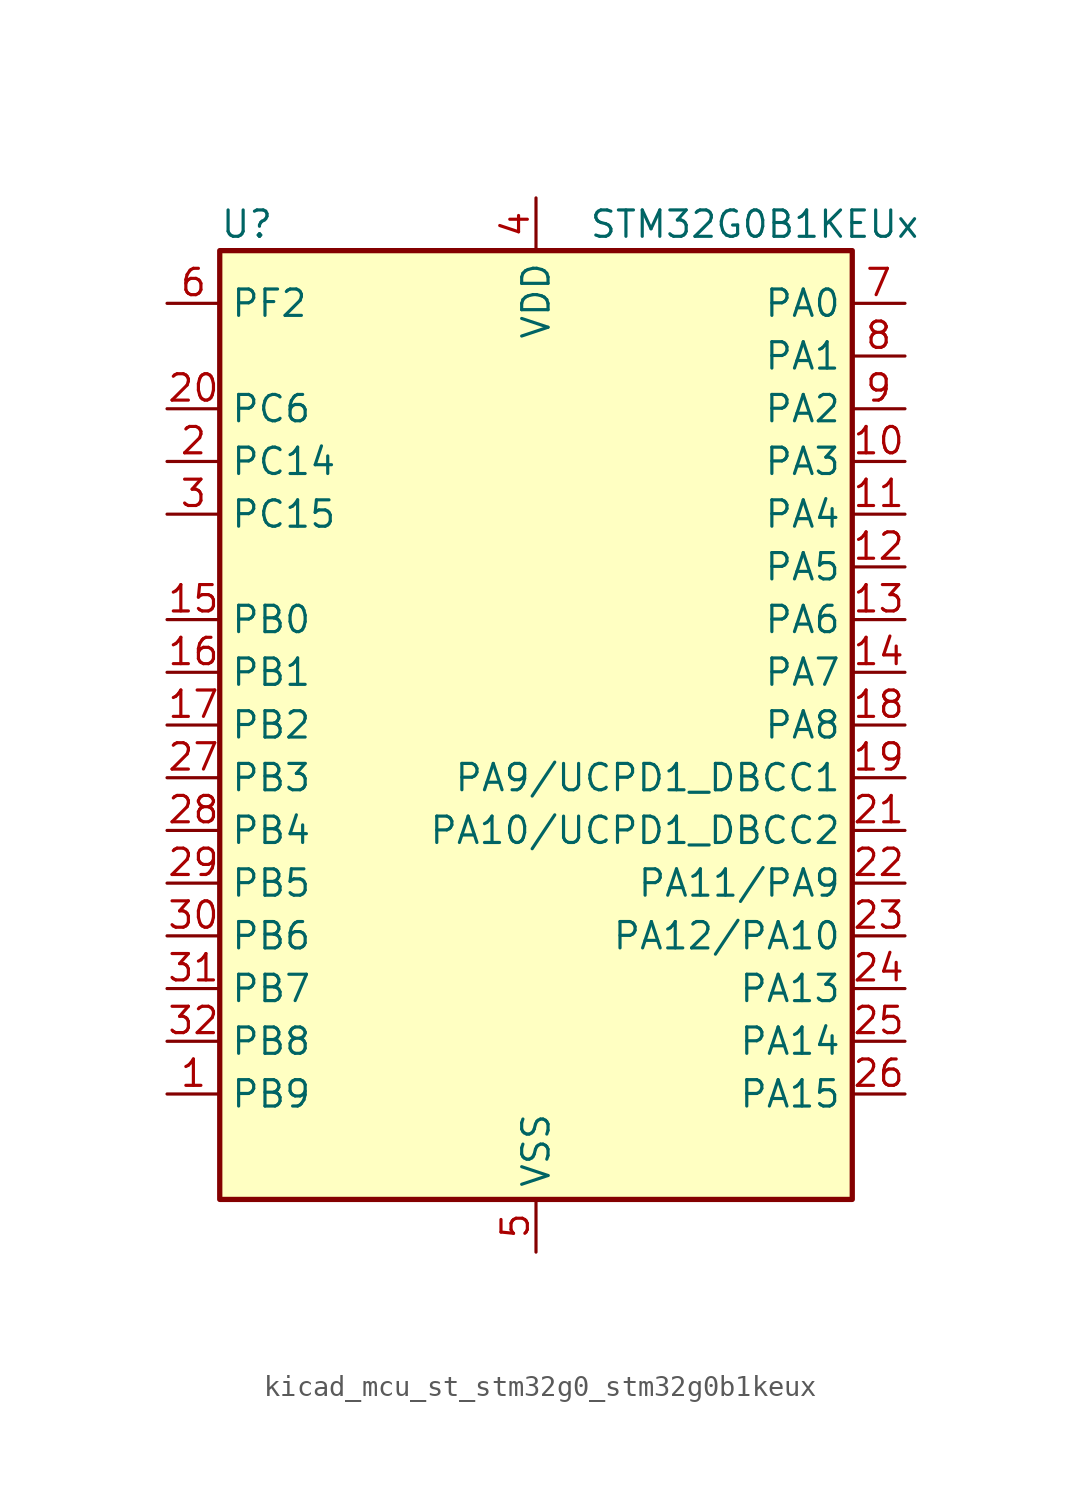
<source format=kicad_sym>
(kicad_symbol_lib
  (version 20220914)
  (generator kicad_symbol_editor)
  (symbol "kicad_mcu_st_stm32g0_stm32g0b1keux"
    (property "Reference" "U"
      (at -15.24 24.13 0)
      (effects (font (size 1.27 1.27)) (justify left)))
    (property "Value" "STM32G0B1KEUx"
      (at 2.54 24.13 0)
      (effects (font (size 1.27 1.27)) (justify left)))
    (property "ki_locked" ""
      (at 0 0 0)
      (effects (font (size 1.27 1.27))))
    (symbol "kicad_mcu_st_stm32g0_stm32g0b1keux_0_1"
      (rectangle (start -15.24 -22.86) (end 15.24 22.86) (stroke (width 0.254) (type default)) (fill (type background))))
    (symbol "kicad_mcu_st_stm32g0_stm32g0b1keux_1_1"
      (pin bidirectional line (at -17.78 -17.78 0) (length 2.54) (name "PB9" (effects (font (size 1.27 1.27)))) (number "1" (effects (font (size 1.27 1.27)))) (alternate "DAC1_EXTI9" bidirectional line) (alternate "FDCAN1_TX" bidirectional line) (alternate "I2C1_SDA" bidirectional line) (alternate "I2S2_WS" bidirectional line) (alternate "IR_OUT" bidirectional line) (alternate "SPI2_NSS" bidirectional line) (alternate "TIM17_CH1" bidirectional line) (alternate "TIM4_CH4" bidirectional line) (alternate "USART3_RX" bidirectional line) (alternate "USART6_RX" bidirectional line))
      (pin bidirectional line (at 17.78 12.7 180) (length 2.54) (name "PA3" (effects (font (size 1.27 1.27)))) (number "10" (effects (font (size 1.27 1.27)))) (alternate "ADC1_IN3" bidirectional line) (alternate "COMP2_INP" bidirectional line) (alternate "I2S2_MCK" bidirectional line) (alternate "LPUART1_RX" bidirectional line) (alternate "SPI2_MISO" bidirectional line) (alternate "TIM15_CH2" bidirectional line) (alternate "TIM2_CH4" bidirectional line) (alternate "USART2_RX" bidirectional line))
      (pin bidirectional line (at 17.78 10.16 180) (length 2.54) (name "PA4" (effects (font (size 1.27 1.27)))) (number "11" (effects (font (size 1.27 1.27)))) (alternate "ADC1_IN4" bidirectional line) (alternate "DAC1_OUT1" bidirectional line) (alternate "I2S1_WS" bidirectional line) (alternate "I2S2_SD" bidirectional line) (alternate "LPTIM2_OUT" bidirectional line) (alternate "RTC_OUT1" bidirectional line) (alternate "RTC_TAMP_IN1" bidirectional line) (alternate "RTC_TS" bidirectional line) (alternate "SPI1_NSS" bidirectional line) (alternate "SPI2_MOSI" bidirectional line) (alternate "SPI3_NSS" bidirectional line) (alternate "SYS_WKUP2" bidirectional line) (alternate "TIM14_CH1" bidirectional line) (alternate "USART6_TX" bidirectional line) (alternate "USB_NOE" bidirectional line))
      (pin bidirectional line (at 17.78 7.62 180) (length 2.54) (name "PA5" (effects (font (size 1.27 1.27)))) (number "12" (effects (font (size 1.27 1.27)))) (alternate "ADC1_IN5" bidirectional line) (alternate "CEC" bidirectional line) (alternate "DAC1_OUT2" bidirectional line) (alternate "I2S1_CK" bidirectional line) (alternate "LPTIM2_ETR" bidirectional line) (alternate "SPI1_SCK" bidirectional line) (alternate "TIM2_CH1" bidirectional line) (alternate "TIM2_ETR" bidirectional line) (alternate "UCPD1_FRSTX1" bidirectional line) (alternate "UCPD1_FRSTX2" bidirectional line) (alternate "USART3_TX" bidirectional line) (alternate "USART6_RX" bidirectional line))
      (pin bidirectional line (at 17.78 5.08 180) (length 2.54) (name "PA6" (effects (font (size 1.27 1.27)))) (number "13" (effects (font (size 1.27 1.27)))) (alternate "ADC1_IN6" bidirectional line) (alternate "COMP1_OUT" bidirectional line) (alternate "I2C2_SDA" bidirectional line) (alternate "I2C3_SDA" bidirectional line) (alternate "I2S1_MCK" bidirectional line) (alternate "LPUART1_CTS" bidirectional line) (alternate "SPI1_MISO" bidirectional line) (alternate "TIM16_CH1" bidirectional line) (alternate "TIM1_BK" bidirectional line) (alternate "TIM3_CH1" bidirectional line) (alternate "USART3_CTS" bidirectional line) (alternate "USART3_NSS" bidirectional line) (alternate "USART6_CTS" bidirectional line) (alternate "USART6_NSS" bidirectional line))
      (pin bidirectional line (at 17.78 2.54 180) (length 2.54) (name "PA7" (effects (font (size 1.27 1.27)))) (number "14" (effects (font (size 1.27 1.27)))) (alternate "ADC1_IN7" bidirectional line) (alternate "COMP2_OUT" bidirectional line) (alternate "I2C2_SCL" bidirectional line) (alternate "I2C3_SCL" bidirectional line) (alternate "I2S1_SD" bidirectional line) (alternate "SPI1_MOSI" bidirectional line) (alternate "TIM14_CH1" bidirectional line) (alternate "TIM17_CH1" bidirectional line) (alternate "TIM1_CH1N" bidirectional line) (alternate "TIM3_CH2" bidirectional line) (alternate "UCPD1_FRSTX1" bidirectional line) (alternate "UCPD1_FRSTX2" bidirectional line) (alternate "USART6_CK" bidirectional line) (alternate "USART6_DE" bidirectional line) (alternate "USART6_RTS" bidirectional line))
      (pin bidirectional line (at -17.78 5.08 0) (length 2.54) (name "PB0" (effects (font (size 1.27 1.27)))) (number "15" (effects (font (size 1.27 1.27)))) (alternate "ADC1_IN8" bidirectional line) (alternate "COMP1_OUT" bidirectional line) (alternate "COMP3_INP" bidirectional line) (alternate "FDCAN2_RX" bidirectional line) (alternate "I2S1_WS" bidirectional line) (alternate "LPTIM1_OUT" bidirectional line) (alternate "LPUART2_CTS" bidirectional line) (alternate "SPI1_NSS" bidirectional line) (alternate "TIM1_CH2N" bidirectional line) (alternate "TIM3_CH3" bidirectional line) (alternate "UCPD1_FRSTX1" bidirectional line) (alternate "UCPD1_FRSTX2" bidirectional line) (alternate "USART3_RX" bidirectional line) (alternate "USART5_TX" bidirectional line))
      (pin bidirectional line (at -17.78 2.54 0) (length 2.54) (name "PB1" (effects (font (size 1.27 1.27)))) (number "16" (effects (font (size 1.27 1.27)))) (alternate "ADC1_IN9" bidirectional line) (alternate "COMP1_INM" bidirectional line) (alternate "COMP3_OUT" bidirectional line) (alternate "FDCAN2_TX" bidirectional line) (alternate "LPTIM2_IN1" bidirectional line) (alternate "LPUART1_DE" bidirectional line) (alternate "LPUART1_RTS" bidirectional line) (alternate "LPUART2_DE" bidirectional line) (alternate "LPUART2_RTS" bidirectional line) (alternate "TIM14_CH1" bidirectional line) (alternate "TIM1_CH3N" bidirectional line) (alternate "TIM3_CH4" bidirectional line) (alternate "USART3_CK" bidirectional line) (alternate "USART3_DE" bidirectional line) (alternate "USART3_RTS" bidirectional line) (alternate "USART5_RX" bidirectional line))
      (pin bidirectional line (at -17.78 0 0) (length 2.54) (name "PB2" (effects (font (size 1.27 1.27)))) (number "17" (effects (font (size 1.27 1.27)))) (alternate "ADC1_IN10" bidirectional line) (alternate "COMP1_INP" bidirectional line) (alternate "COMP3_INM" bidirectional line) (alternate "I2S2_MCK" bidirectional line) (alternate "LPTIM1_OUT" bidirectional line) (alternate "RCC_MCO_2" bidirectional line) (alternate "SPI2_MISO" bidirectional line) (alternate "USART3_TX" bidirectional line))
      (pin bidirectional line (at 17.78 0 180) (length 2.54) (name "PA8" (effects (font (size 1.27 1.27)))) (number "18" (effects (font (size 1.27 1.27)))) (alternate "CRS1_SYNC" bidirectional line) (alternate "I2C2_SMBA" bidirectional line) (alternate "I2S2_WS" bidirectional line) (alternate "LPTIM2_OUT" bidirectional line) (alternate "RCC_MCO" bidirectional line) (alternate "SPI2_NSS" bidirectional line) (alternate "TIM1_CH1" bidirectional line) (alternate "UCPD1_CC1" bidirectional line))
      (pin bidirectional line (at 17.78 -2.54 180) (length 2.54) (name "PA9/UCPD1_DBCC1" (effects (font (size 1.27 1.27)))) (number "19" (effects (font (size 1.27 1.27)))) (alternate "DAC1_EXTI9" bidirectional line) (alternate "I2C1_SCL" bidirectional line) (alternate "I2C2_SCL" bidirectional line) (alternate "I2S2_MCK" bidirectional line) (alternate "RCC_MCO" bidirectional line) (alternate "SPI2_MISO" bidirectional line) (alternate "TIM15_BK" bidirectional line) (alternate "TIM1_CH2" bidirectional line) (alternate "UCPD1_DBCC1" bidirectional line) (alternate "USART1_TX" bidirectional line))
      (pin bidirectional line (at -17.78 12.7 0) (length 2.54) (name "PC14" (effects (font (size 1.27 1.27)))) (number "2" (effects (font (size 1.27 1.27)))) (alternate "RCC_OSC32_IN" bidirectional line) (alternate "RCC_OSC_IN" bidirectional line) (alternate "TIM1_BK2" bidirectional line))
      (pin bidirectional line (at -17.78 15.24 0) (length 2.54) (name "PC6" (effects (font (size 1.27 1.27)))) (number "20" (effects (font (size 1.27 1.27)))) (alternate "LPUART2_TX" bidirectional line) (alternate "TIM2_CH3" bidirectional line) (alternate "TIM3_CH1" bidirectional line) (alternate "UCPD1_FRSTX1" bidirectional line) (alternate "UCPD1_FRSTX2" bidirectional line))
      (pin bidirectional line (at 17.78 -5.08 180) (length 2.54) (name "PA10/UCPD1_DBCC2" (effects (font (size 1.27 1.27)))) (number "21" (effects (font (size 1.27 1.27)))) (alternate "I2C1_SDA" bidirectional line) (alternate "I2C2_SDA" bidirectional line) (alternate "I2S2_SD" bidirectional line) (alternate "RCC_MCO_2" bidirectional line) (alternate "SPI2_MOSI" bidirectional line) (alternate "TIM17_BK" bidirectional line) (alternate "TIM1_CH3" bidirectional line) (alternate "UCPD1_DBCC2" bidirectional line) (alternate "USART1_RX" bidirectional line))
      (pin bidirectional line (at 17.78 -7.62 180) (length 2.54) (name "PA11/PA9" (effects (font (size 1.27 1.27)))) (number "22" (effects (font (size 1.27 1.27)))) (alternate "ADC1_EXTI11" bidirectional line) (alternate "COMP1_OUT" bidirectional line) (alternate "FDCAN1_RX" bidirectional line) (alternate "I2C2_SCL" bidirectional line) (alternate "I2S1_MCK" bidirectional line) (alternate "SPI1_MISO" bidirectional line) (alternate "TIM1_BK2" bidirectional line) (alternate "TIM1_CH4" bidirectional line) (alternate "USART1_CTS" bidirectional line) (alternate "USART1_NSS" bidirectional line) (alternate "USB_DM" bidirectional line))
      (pin bidirectional line (at 17.78 -10.16 180) (length 2.54) (name "PA12/PA10" (effects (font (size 1.27 1.27)))) (number "23" (effects (font (size 1.27 1.27)))) (alternate "COMP2_OUT" bidirectional line) (alternate "FDCAN1_TX" bidirectional line) (alternate "I2C2_SDA" bidirectional line) (alternate "I2S1_SD" bidirectional line) (alternate "I2S_CKIN" bidirectional line) (alternate "SPI1_MOSI" bidirectional line) (alternate "TIM1_ETR" bidirectional line) (alternate "USART1_CK" bidirectional line) (alternate "USART1_DE" bidirectional line) (alternate "USART1_RTS" bidirectional line) (alternate "USB_DP" bidirectional line))
      (pin bidirectional line (at 17.78 -12.7 180) (length 2.54) (name "PA13" (effects (font (size 1.27 1.27)))) (number "24" (effects (font (size 1.27 1.27)))) (alternate "IR_OUT" bidirectional line) (alternate "LPUART2_RX" bidirectional line) (alternate "SYS_SWDIO" bidirectional line) (alternate "USB_NOE" bidirectional line))
      (pin bidirectional line (at 17.78 -15.24 180) (length 2.54) (name "PA14" (effects (font (size 1.27 1.27)))) (number "25" (effects (font (size 1.27 1.27)))) (alternate "LPUART2_TX" bidirectional line) (alternate "SYS_SWCLK" bidirectional line) (alternate "USART2_TX" bidirectional line))
      (pin bidirectional line (at 17.78 -17.78 180) (length 2.54) (name "PA15" (effects (font (size 1.27 1.27)))) (number "26" (effects (font (size 1.27 1.27)))) (alternate "I2C2_SMBA" bidirectional line) (alternate "I2S1_WS" bidirectional line) (alternate "RCC_MCO_2" bidirectional line) (alternate "SPI1_NSS" bidirectional line) (alternate "SPI3_NSS" bidirectional line) (alternate "TIM2_CH1" bidirectional line) (alternate "TIM2_ETR" bidirectional line) (alternate "USART2_RX" bidirectional line) (alternate "USART3_CK" bidirectional line) (alternate "USART3_DE" bidirectional line) (alternate "USART3_RTS" bidirectional line) (alternate "USART4_CK" bidirectional line) (alternate "USART4_DE" bidirectional line) (alternate "USART4_RTS" bidirectional line) (alternate "USB_NOE" bidirectional line))
      (pin bidirectional line (at -17.78 -2.54 0) (length 2.54) (name "PB3" (effects (font (size 1.27 1.27)))) (number "27" (effects (font (size 1.27 1.27)))) (alternate "COMP2_INM" bidirectional line) (alternate "I2C2_SCL" bidirectional line) (alternate "I2C3_SCL" bidirectional line) (alternate "I2S1_CK" bidirectional line) (alternate "SPI1_SCK" bidirectional line) (alternate "SPI3_SCK" bidirectional line) (alternate "TIM1_CH2" bidirectional line) (alternate "TIM2_CH2" bidirectional line) (alternate "USART1_CK" bidirectional line) (alternate "USART1_DE" bidirectional line) (alternate "USART1_RTS" bidirectional line) (alternate "USART5_TX" bidirectional line))
      (pin bidirectional line (at -17.78 -5.08 0) (length 2.54) (name "PB4" (effects (font (size 1.27 1.27)))) (number "28" (effects (font (size 1.27 1.27)))) (alternate "COMP2_INP" bidirectional line) (alternate "I2C2_SDA" bidirectional line) (alternate "I2C3_SDA" bidirectional line) (alternate "I2S1_MCK" bidirectional line) (alternate "SPI1_MISO" bidirectional line) (alternate "SPI3_MISO" bidirectional line) (alternate "TIM17_BK" bidirectional line) (alternate "TIM3_CH1" bidirectional line) (alternate "USART1_CTS" bidirectional line) (alternate "USART1_NSS" bidirectional line) (alternate "USART5_RX" bidirectional line))
      (pin bidirectional line (at -17.78 -7.62 0) (length 2.54) (name "PB5" (effects (font (size 1.27 1.27)))) (number "29" (effects (font (size 1.27 1.27)))) (alternate "COMP2_OUT" bidirectional line) (alternate "FDCAN2_RX" bidirectional line) (alternate "I2C1_SMBA" bidirectional line) (alternate "I2S1_SD" bidirectional line) (alternate "LPTIM1_IN1" bidirectional line) (alternate "SPI1_MOSI" bidirectional line) (alternate "SPI3_MOSI" bidirectional line) (alternate "SYS_WKUP6" bidirectional line) (alternate "TIM16_BK" bidirectional line) (alternate "TIM3_CH2" bidirectional line) (alternate "USART5_CK" bidirectional line) (alternate "USART5_DE" bidirectional line) (alternate "USART5_RTS" bidirectional line))
      (pin bidirectional line (at -17.78 10.16 0) (length 2.54) (name "PC15" (effects (font (size 1.27 1.27)))) (number "3" (effects (font (size 1.27 1.27)))) (alternate "RCC_OSC32_EN" bidirectional line) (alternate "RCC_OSC32_OUT" bidirectional line) (alternate "RCC_OSC_EN" bidirectional line) (alternate "TIM15_BK" bidirectional line))
      (pin bidirectional line (at -17.78 -10.16 0) (length 2.54) (name "PB6" (effects (font (size 1.27 1.27)))) (number "30" (effects (font (size 1.27 1.27)))) (alternate "COMP2_INP" bidirectional line) (alternate "FDCAN2_TX" bidirectional line) (alternate "I2C1_SCL" bidirectional line) (alternate "I2S2_MCK" bidirectional line) (alternate "LPTIM1_ETR" bidirectional line) (alternate "LPUART2_TX" bidirectional line) (alternate "SPI2_MISO" bidirectional line) (alternate "TIM16_CH1N" bidirectional line) (alternate "TIM1_CH3" bidirectional line) (alternate "TIM4_CH1" bidirectional line) (alternate "USART1_TX" bidirectional line) (alternate "USART5_CTS" bidirectional line) (alternate "USART5_NSS" bidirectional line))
      (pin bidirectional line (at -17.78 -12.7 0) (length 2.54) (name "PB7" (effects (font (size 1.27 1.27)))) (number "31" (effects (font (size 1.27 1.27)))) (alternate "COMP2_INM" bidirectional line) (alternate "I2C1_SDA" bidirectional line) (alternate "I2S2_SD" bidirectional line) (alternate "LPTIM1_IN2" bidirectional line) (alternate "LPUART2_RX" bidirectional line) (alternate "SPI2_MOSI" bidirectional line) (alternate "SYS_PVD_IN" bidirectional line) (alternate "TIM17_CH1N" bidirectional line) (alternate "TIM4_CH2" bidirectional line) (alternate "USART1_RX" bidirectional line) (alternate "USART4_CTS" bidirectional line) (alternate "USART4_NSS" bidirectional line))
      (pin bidirectional line (at -17.78 -15.24 0) (length 2.54) (name "PB8" (effects (font (size 1.27 1.27)))) (number "32" (effects (font (size 1.27 1.27)))) (alternate "CEC" bidirectional line) (alternate "FDCAN1_RX" bidirectional line) (alternate "I2C1_SCL" bidirectional line) (alternate "I2S2_CK" bidirectional line) (alternate "SPI2_SCK" bidirectional line) (alternate "TIM15_BK" bidirectional line) (alternate "TIM16_CH1" bidirectional line) (alternate "TIM4_CH3" bidirectional line) (alternate "USART3_TX" bidirectional line) (alternate "USART6_TX" bidirectional line))
      (pin passive line (at 0 -25.4 90) (length 2.54) hide (name "VSS" (effects (font (size 1.27 1.27)))) (number "33" (effects (font (size 1.27 1.27)))))
      (pin power_in line (at 0 25.4 270) (length 2.54) (name "VDD" (effects (font (size 1.27 1.27)))) (number "4" (effects (font (size 1.27 1.27)))))
      (pin power_in line (at 0 -25.4 90) (length 2.54) (name "VSS" (effects (font (size 1.27 1.27)))) (number "5" (effects (font (size 1.27 1.27)))))
      (pin bidirectional line (at -17.78 20.32 0) (length 2.54) (name "PF2" (effects (font (size 1.27 1.27)))) (number "6" (effects (font (size 1.27 1.27)))) (alternate "LPUART2_DE" bidirectional line) (alternate "LPUART2_RTS" bidirectional line) (alternate "LPUART2_TX" bidirectional line) (alternate "RCC_MCO" bidirectional line))
      (pin bidirectional line (at 17.78 20.32 180) (length 2.54) (name "PA0" (effects (font (size 1.27 1.27)))) (number "7" (effects (font (size 1.27 1.27)))) (alternate "ADC1_IN0" bidirectional line) (alternate "COMP1_INM" bidirectional line) (alternate "COMP1_OUT" bidirectional line) (alternate "I2S2_CK" bidirectional line) (alternate "LPTIM1_OUT" bidirectional line) (alternate "RTC_TAMP_IN2" bidirectional line) (alternate "SPI2_SCK" bidirectional line) (alternate "SYS_WKUP1" bidirectional line) (alternate "TIM2_CH1" bidirectional line) (alternate "TIM2_ETR" bidirectional line) (alternate "USART2_CTS" bidirectional line) (alternate "USART2_NSS" bidirectional line) (alternate "USART4_TX" bidirectional line))
      (pin bidirectional line (at 17.78 17.78 180) (length 2.54) (name "PA1" (effects (font (size 1.27 1.27)))) (number "8" (effects (font (size 1.27 1.27)))) (alternate "ADC1_IN1" bidirectional line) (alternate "COMP1_INP" bidirectional line) (alternate "I2C1_SMBA" bidirectional line) (alternate "I2S1_CK" bidirectional line) (alternate "SPI1_SCK" bidirectional line) (alternate "TIM15_CH1N" bidirectional line) (alternate "TIM2_CH2" bidirectional line) (alternate "USART2_CK" bidirectional line) (alternate "USART2_DE" bidirectional line) (alternate "USART2_RTS" bidirectional line) (alternate "USART4_RX" bidirectional line))
      (pin bidirectional line (at 17.78 15.24 180) (length 2.54) (name "PA2" (effects (font (size 1.27 1.27)))) (number "9" (effects (font (size 1.27 1.27)))) (alternate "ADC1_IN2" bidirectional line) (alternate "COMP2_INM" bidirectional line) (alternate "COMP2_OUT" bidirectional line) (alternate "I2S1_SD" bidirectional line) (alternate "LPUART1_TX" bidirectional line) (alternate "RCC_LSCO" bidirectional line) (alternate "SPI1_MOSI" bidirectional line) (alternate "SYS_WKUP4" bidirectional line) (alternate "TIM15_CH1" bidirectional line) (alternate "TIM2_CH3" bidirectional line) (alternate "UCPD1_FRSTX1" bidirectional line) (alternate "UCPD1_FRSTX2" bidirectional line) (alternate "USART2_TX" bidirectional line)))))
</source>
